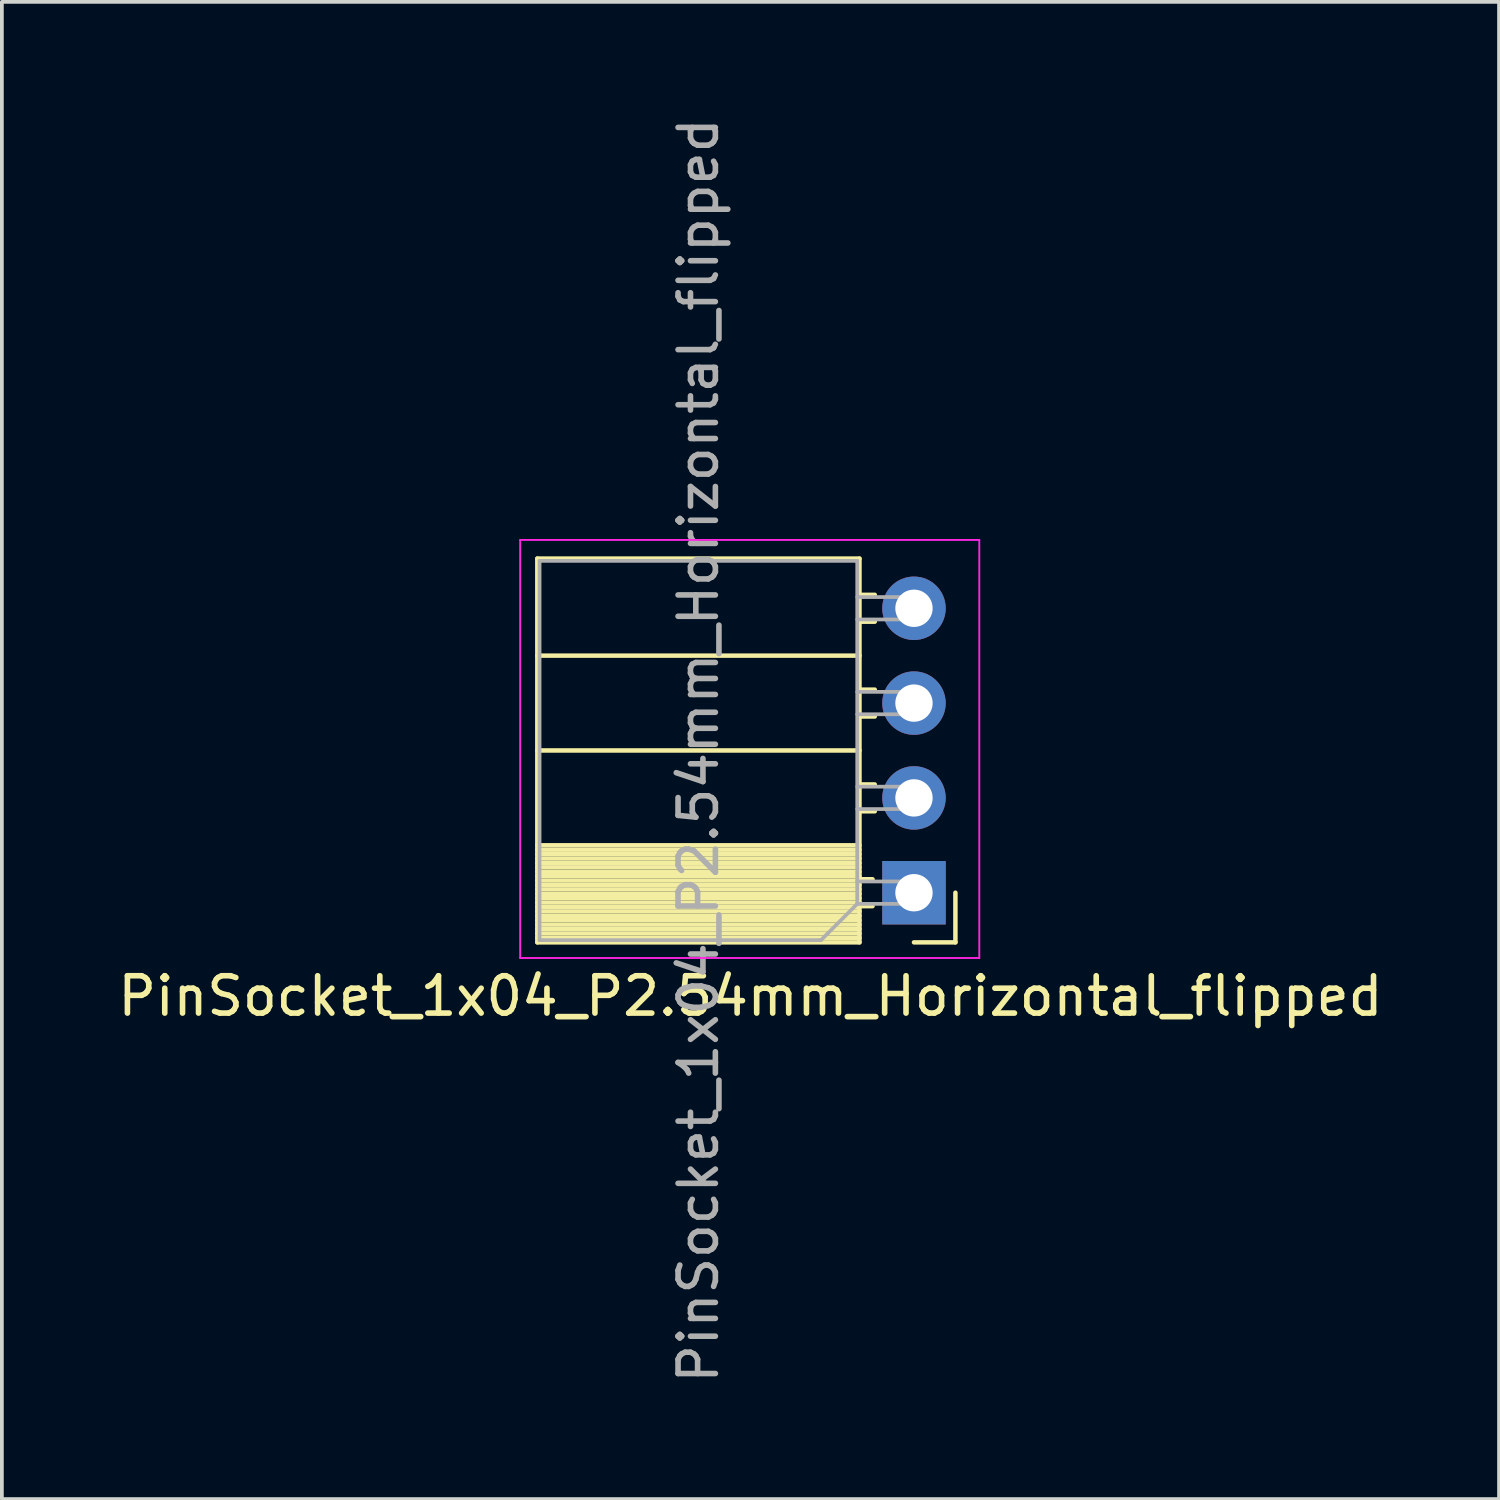
<source format=kicad_pcb>
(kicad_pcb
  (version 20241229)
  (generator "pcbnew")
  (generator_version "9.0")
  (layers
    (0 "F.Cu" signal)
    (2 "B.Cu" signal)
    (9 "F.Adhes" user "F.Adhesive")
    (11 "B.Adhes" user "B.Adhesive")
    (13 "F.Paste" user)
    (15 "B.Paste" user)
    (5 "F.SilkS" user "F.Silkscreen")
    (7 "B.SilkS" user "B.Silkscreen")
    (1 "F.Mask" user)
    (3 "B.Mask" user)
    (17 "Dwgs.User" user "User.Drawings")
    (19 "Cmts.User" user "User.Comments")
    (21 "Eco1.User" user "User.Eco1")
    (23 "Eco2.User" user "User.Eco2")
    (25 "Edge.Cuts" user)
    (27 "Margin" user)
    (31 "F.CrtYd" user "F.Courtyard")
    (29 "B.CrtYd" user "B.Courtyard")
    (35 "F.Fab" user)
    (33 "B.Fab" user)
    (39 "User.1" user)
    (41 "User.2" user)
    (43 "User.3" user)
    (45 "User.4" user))
  (footprint "PinSocket_1x04_P2.54mm_Horizontal_flipped"
    (layer "F.Cu")
    (at 21.434 13.245)
    (property "Reference" "PinSocket_1x04_P2.54mm_Horizontal_flipped" (at -4.38 10.389 0) (layer "F.SilkS") (effects (font (size 1 1) (thickness 0.15))))
    (attr through_hole)
    (fp_line (start -10.09 -1.331) (end -1.46 -1.331) (stroke (width 0.12) (type solid)) (layer "F.SilkS"))
    (fp_line (start -10.09 1.269) (end -1.46 1.269) (stroke (width 0.12) (type solid)) (layer "F.SilkS"))
    (fp_line (start -10.09 3.809) (end -1.46 3.809) (stroke (width 0.12) (type solid)) (layer "F.SilkS"))
    (fp_line (start -10.09 6.349) (end -1.46 6.349) (stroke (width 0.12) (type solid)) (layer "F.SilkS"))
    (fp_line (start -10.09 6.467) (end -1.46 6.467) (stroke (width 0.12) (type solid)) (layer "F.SilkS"))
    (fp_line (start -10.09 6.585) (end -1.46 6.585) (stroke (width 0.12) (type solid)) (layer "F.SilkS"))
    (fp_line (start -10.09 6.703) (end -1.46 6.703) (stroke (width 0.12) (type solid)) (layer "F.SilkS"))
    (fp_line (start -10.09 6.821) (end -1.46 6.821) (stroke (width 0.12) (type solid)) (layer "F.SilkS"))
    (fp_line (start -10.09 6.939) (end -1.46 6.939) (stroke (width 0.12) (type solid)) (layer "F.SilkS"))
    (fp_line (start -10.09 7.058) (end -1.46 7.058) (stroke (width 0.12) (type solid)) (layer "F.SilkS"))
    (fp_line (start -10.09 7.176) (end -1.46 7.176) (stroke (width 0.12) (type solid)) (layer "F.SilkS"))
    (fp_line (start -10.09 7.294) (end -1.46 7.294) (stroke (width 0.12) (type solid)) (layer "F.SilkS"))
    (fp_line (start -10.09 7.412) (end -1.46 7.412) (stroke (width 0.12) (type solid)) (layer "F.SilkS"))
    (fp_line (start -10.09 7.53) (end -1.46 7.53) (stroke (width 0.12) (type solid)) (layer "F.SilkS"))
    (fp_line (start -10.09 7.648) (end -1.46 7.648) (stroke (width 0.12) (type solid)) (layer "F.SilkS"))
    (fp_line (start -10.09 7.766) (end -1.46 7.766) (stroke (width 0.12) (type solid)) (layer "F.SilkS"))
    (fp_line (start -10.09 7.884) (end -1.46 7.884) (stroke (width 0.12) (type solid)) (layer "F.SilkS"))
    (fp_line (start -10.09 8.002) (end -1.46 8.002) (stroke (width 0.12) (type solid)) (layer "F.SilkS"))
    (fp_line (start -10.09 8.12) (end -1.46 8.12) (stroke (width 0.12) (type solid)) (layer "F.SilkS"))
    (fp_line (start -10.09 8.239) (end -1.46 8.239) (stroke (width 0.12) (type solid)) (layer "F.SilkS"))
    (fp_line (start -10.09 8.357) (end -1.46 8.357) (stroke (width 0.12) (type solid)) (layer "F.SilkS"))
    (fp_line (start -10.09 8.475) (end -1.46 8.475) (stroke (width 0.12) (type solid)) (layer "F.SilkS"))
    (fp_line (start -10.09 8.593) (end -1.46 8.593) (stroke (width 0.12) (type solid)) (layer "F.SilkS"))
    (fp_line (start -10.09 8.711) (end -1.46 8.711) (stroke (width 0.12) (type solid)) (layer "F.SilkS"))
    (fp_line (start -10.09 8.829) (end -1.46 8.829) (stroke (width 0.12) (type solid)) (layer "F.SilkS"))
    (fp_line (start -10.09 8.949) (end -10.09 -1.331) (stroke (width 0.12) (type solid)) (layer "F.SilkS"))
    (fp_line (start -10.09 8.949) (end -1.46 8.949) (stroke (width 0.12) (type solid)) (layer "F.SilkS"))
    (fp_line (start -1.46 -0.361) (end -1.05 -0.361) (stroke (width 0.12) (type solid)) (layer "F.SilkS"))
    (fp_line (start -1.46 0.359) (end -1.05 0.359) (stroke (width 0.12) (type solid)) (layer "F.SilkS"))
    (fp_line (start -1.46 2.179) (end -1.05 2.179) (stroke (width 0.12) (type solid)) (layer "F.SilkS"))
    (fp_line (start -1.46 2.899) (end -1.05 2.899) (stroke (width 0.12) (type solid)) (layer "F.SilkS"))
    (fp_line (start -1.46 4.719) (end -1.05 4.719) (stroke (width 0.12) (type solid)) (layer "F.SilkS"))
    (fp_line (start -1.46 5.439) (end -1.05 5.439) (stroke (width 0.12) (type solid)) (layer "F.SilkS"))
    (fp_line (start -1.46 7.259) (end -1.11 7.259) (stroke (width 0.12) (type solid)) (layer "F.SilkS"))
    (fp_line (start -1.46 7.979) (end -1.11 7.979) (stroke (width 0.12) (type solid)) (layer "F.SilkS"))
    (fp_line (start -1.46 8.949) (end -1.46 -1.331) (stroke (width 0.12) (type solid)) (layer "F.SilkS"))
    (fp_line (start 0 8.949) (end 1.11 8.949) (stroke (width 0.12) (type solid)) (layer "F.SilkS"))
    (fp_line (start 1.11 8.949) (end 1.11 7.619) (stroke (width 0.12) (type solid)) (layer "F.SilkS"))
    (fp_line (start -10.55 -1.831) (end 1.75 -1.831) (stroke (width 0.05) (type solid)) (layer "F.CrtYd"))
    (fp_line (start -10.55 9.369) (end -10.55 -1.831) (stroke (width 0.05) (type solid)) (layer "F.CrtYd"))
    (fp_line (start 1.75 -1.831) (end 1.75 9.369) (stroke (width 0.05) (type solid)) (layer "F.CrtYd"))
    (fp_line (start 1.75 9.369) (end -10.55 9.369) (stroke (width 0.05) (type solid)) (layer "F.CrtYd"))
    (fp_line (start -10.03 -1.271) (end -10.03 8.889) (stroke (width 0.1) (type solid)) (layer "F.Fab"))
    (fp_line (start -10.03 8.889) (end -2.49 8.889) (stroke (width 0.1) (type solid)) (layer "F.Fab"))
    (fp_line (start -2.49 8.889) (end -1.52 7.919) (stroke (width 0.1) (type solid)) (layer "F.Fab"))
    (fp_line (start -1.52 -1.271) (end -10.03 -1.271) (stroke (width 0.1) (type solid)) (layer "F.Fab"))
    (fp_line (start -1.52 -0.301) (end 0 -0.301) (stroke (width 0.1) (type solid)) (layer "F.Fab"))
    (fp_line (start -1.52 2.239) (end 0 2.239) (stroke (width 0.1) (type solid)) (layer "F.Fab"))
    (fp_line (start -1.52 4.779) (end 0 4.779) (stroke (width 0.1) (type solid)) (layer "F.Fab"))
    (fp_line (start -1.52 7.319) (end 0 7.319) (stroke (width 0.1) (type solid)) (layer "F.Fab"))
    (fp_line (start -1.52 7.919) (end -1.52 -1.271) (stroke (width 0.1) (type solid)) (layer "F.Fab"))
    (fp_line (start 0 -0.301) (end 0 0.299) (stroke (width 0.1) (type solid)) (layer "F.Fab"))
    (fp_line (start 0 0.299) (end -1.52 0.299) (stroke (width 0.1) (type solid)) (layer "F.Fab"))
    (fp_line (start 0 2.239) (end 0 2.839) (stroke (width 0.1) (type solid)) (layer "F.Fab"))
    (fp_line (start 0 2.839) (end -1.52 2.839) (stroke (width 0.1) (type solid)) (layer "F.Fab"))
    (fp_line (start 0 4.779) (end 0 5.379) (stroke (width 0.1) (type solid)) (layer "F.Fab"))
    (fp_line (start 0 5.379) (end -1.52 5.379) (stroke (width 0.1) (type solid)) (layer "F.Fab"))
    (fp_line (start 0 7.319) (end 0 7.919) (stroke (width 0.1) (type solid)) (layer "F.Fab"))
    (fp_line (start 0 7.919) (end -1.52 7.919) (stroke (width 0.1) (type solid)) (layer "F.Fab"))
    (fp_text user "${REFERENCE}" (at -5.775 3.809 90) (layer "F.Fab") (effects (font (size 1 1) (thickness 0.15))))
    (pad "1" thru_hole rect (at 0 7.62) (size 1.7 1.7) (drill 1) (layers "*.Cu" "*.Mask"))
    (pad "2" thru_hole oval (at 0 5.08) (size 1.7 1.7) (drill 1) (layers "*.Cu" "*.Mask"))
    (pad "3" thru_hole oval (at 0 2.54) (size 1.7 1.7) (drill 1) (layers "*.Cu" "*.Mask"))
    (pad "4" thru_hole oval (at 0 0) (size 1.7 1.7) (drill 1) (layers "*.Cu" "*.Mask")))
  (gr_rect
    (start -3 -3)
    (end 37.107 37.107)
    (stroke (width 0.1) (type default))
    (fill no)
    (layer "Edge.Cuts")))
</source>
